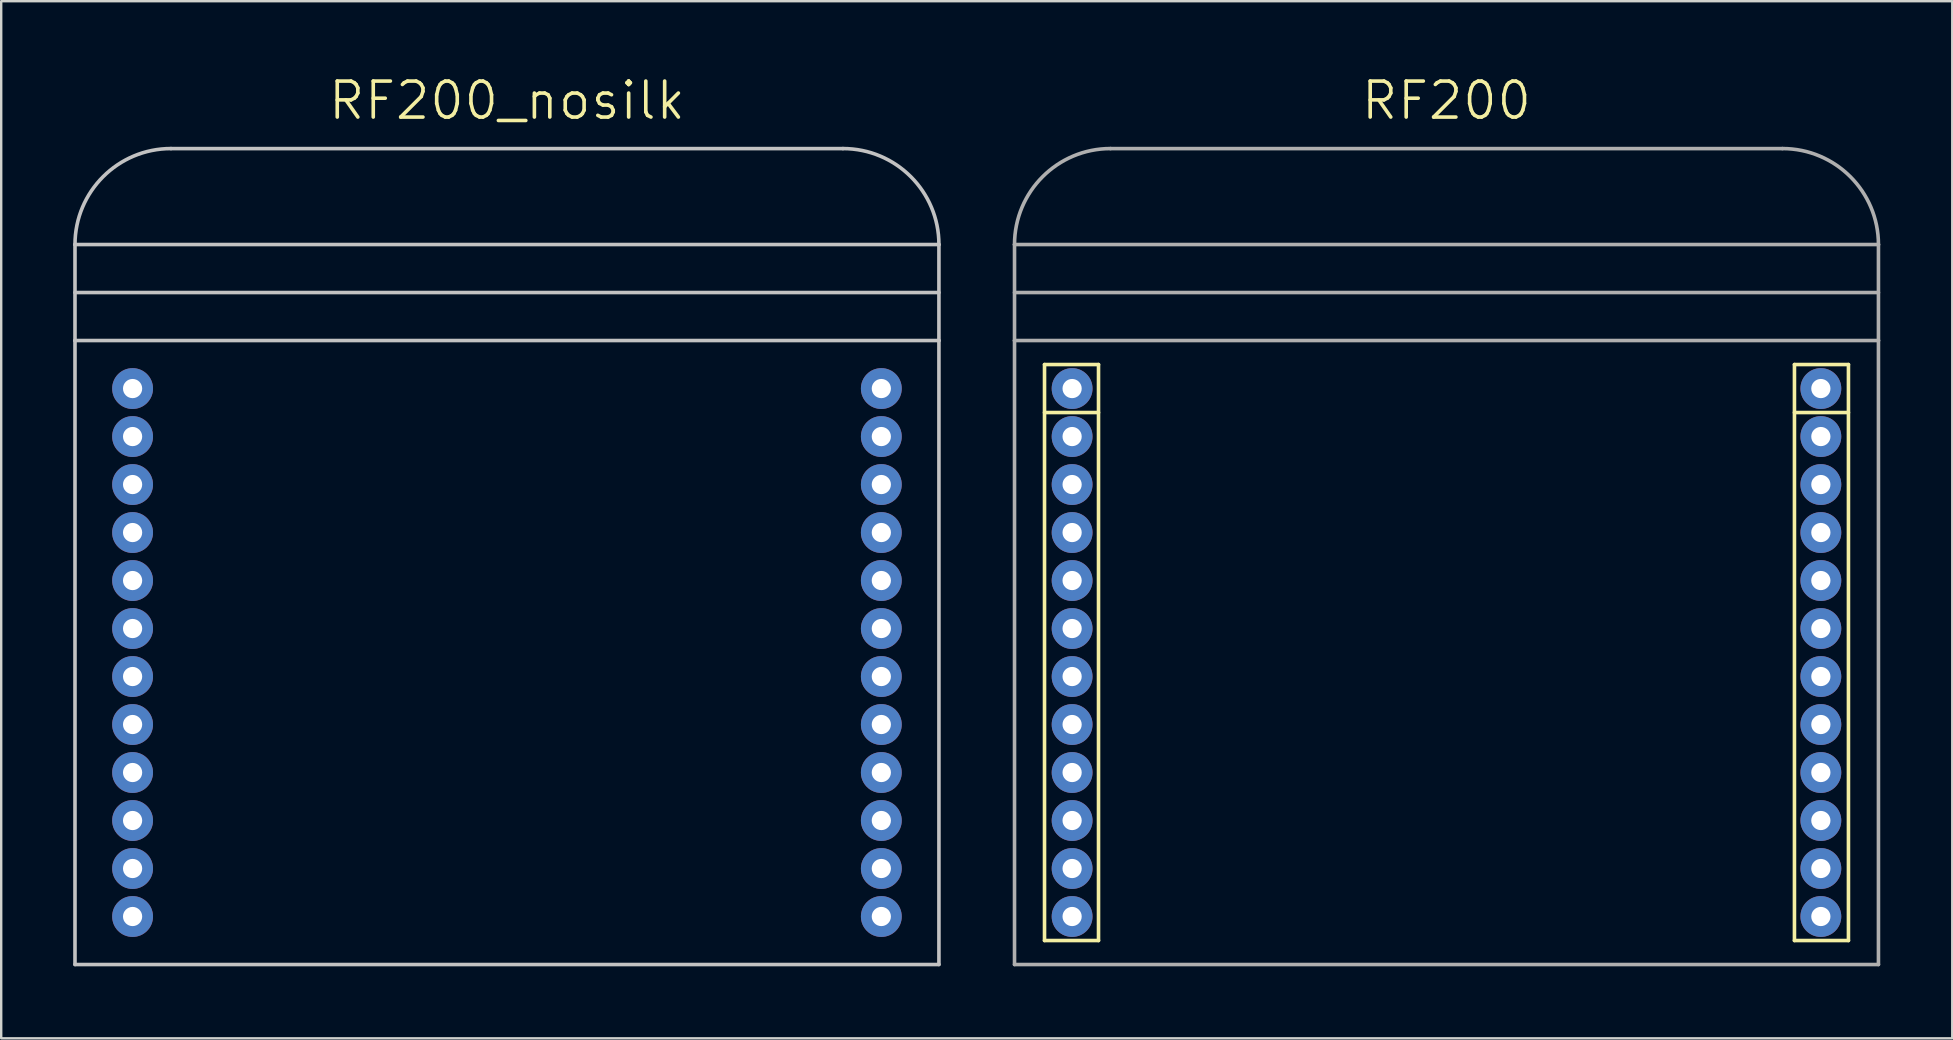
<source format=kicad_pcb>
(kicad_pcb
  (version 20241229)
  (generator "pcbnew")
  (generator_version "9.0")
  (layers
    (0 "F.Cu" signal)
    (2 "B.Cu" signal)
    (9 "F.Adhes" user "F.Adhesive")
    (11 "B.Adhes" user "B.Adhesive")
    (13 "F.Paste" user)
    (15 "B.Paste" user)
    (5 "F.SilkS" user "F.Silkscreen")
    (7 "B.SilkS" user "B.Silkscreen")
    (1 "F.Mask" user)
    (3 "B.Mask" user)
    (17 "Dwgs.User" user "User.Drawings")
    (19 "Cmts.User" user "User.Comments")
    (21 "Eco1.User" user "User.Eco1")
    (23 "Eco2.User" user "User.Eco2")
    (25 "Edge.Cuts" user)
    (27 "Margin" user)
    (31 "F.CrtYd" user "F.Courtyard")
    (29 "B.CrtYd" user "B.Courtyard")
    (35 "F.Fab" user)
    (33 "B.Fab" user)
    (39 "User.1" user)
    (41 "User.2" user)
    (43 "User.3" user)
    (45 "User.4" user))
  (footprint "RF200"
    (layer "F.Cu")
    (at 57.225 24.141)
    (property "Reference" "RF200" (at -0.000001 -23 0) (layer "F.SilkS") (effects (font (size 1.5 1.5) (thickness 0.15))))
    (attr through_hole)
    (fp_line (start -16.75 -12) (end -14.5 -12) (stroke (width 0.15) (type solid)) (layer "F.SilkS"))
    (fp_line (start -16.75 -10) (end -14.5 -10) (stroke (width 0.15) (type solid)) (layer "F.SilkS"))
    (fp_line (start -16.75 12) (end -16.75 -12) (stroke (width 0.15) (type solid)) (layer "F.SilkS"))
    (fp_line (start -14.5 -12) (end -14.5 12) (stroke (width 0.15) (type solid)) (layer "F.SilkS"))
    (fp_line (start -14.5 12) (end -16.75 12) (stroke (width 0.15) (type solid)) (layer "F.SilkS"))
    (fp_line (start 14.5 -12) (end 16.75 -12) (stroke (width 0.15) (type solid)) (layer "F.SilkS"))
    (fp_line (start 14.5 -10) (end 16.75 -10) (stroke (width 0.15) (type solid)) (layer "F.SilkS"))
    (fp_line (start 14.5 12) (end 14.5 -12) (stroke (width 0.15) (type solid)) (layer "F.SilkS"))
    (fp_line (start 16.75 -12) (end 16.75 12) (stroke (width 0.15) (type solid)) (layer "F.SilkS"))
    (fp_line (start 16.75 12) (end 14.5 12) (stroke (width 0.15) (type solid)) (layer "F.SilkS"))
    (fp_line (start -18 -15) (end 18 -15) (stroke (width 0.15) (type solid)) (layer "F.Fab"))
    (fp_line (start -18 -13) (end -18 13) (stroke (width 0.15) (type solid)) (layer "F.Fab"))
    (fp_line (start -18 13) (end 18 13) (stroke (width 0.15) (type solid)) (layer "F.Fab"))
    (fp_line (start -18 -17) (end -18 -13) (stroke (width 0.15) (type solid)) (layer "F.Fab"))
    (fp_line (start -14 -21) (end 14 -21) (stroke (width 0.15) (type solid)) (layer "F.Fab"))
    (fp_line (start 18 -17) (end -18 -17) (stroke (width 0.15) (type solid)) (layer "F.Fab"))
    (fp_line (start 18 -13) (end -18 -13) (stroke (width 0.15) (type solid)) (layer "F.Fab"))
    (fp_line (start 18 13) (end 18 -13) (stroke (width 0.15) (type solid)) (layer "F.Fab"))
    (fp_line (start 18 -17) (end 18 -13) (stroke (width 0.15) (type solid)) (layer "F.Fab"))
    (fp_arc (start -18.000001 -17) (mid -16.828428 -19.828427) (end -14.000001 -21) (stroke (width 0.15) (type solid)) (layer "F.Fab"))
    (fp_arc (start 13.999999 -21) (mid 16.828426 -19.828427) (end 17.999999 -17) (stroke (width 0.15) (type solid)) (layer "F.Fab"))
    (pad "1" thru_hole circle (at -15.6 -11) (size 1.702 1.702) (drill 0.8) (layers "*.Cu" "*.Mask"))
    (pad "2" thru_hole circle (at -15.6 -9) (size 1.702 1.702) (drill 0.8) (layers "*.Cu" "*.Mask"))
    (pad "3" thru_hole circle (at -15.6 -7) (size 1.702 1.702) (drill 0.8) (layers "*.Cu" "*.Mask"))
    (pad "4" thru_hole circle (at -15.6 -5) (size 1.702 1.702) (drill 0.8) (layers "*.Cu" "*.Mask"))
    (pad "5" thru_hole circle (at -15.6 -3) (size 1.702 1.702) (drill 0.8) (layers "*.Cu" "*.Mask"))
    (pad "6" thru_hole circle (at -15.6 -1) (size 1.702 1.702) (drill 0.8) (layers "*.Cu" "*.Mask"))
    (pad "7" thru_hole circle (at -15.6 1) (size 1.702 1.702) (drill 0.8) (layers "*.Cu" "*.Mask"))
    (pad "8" thru_hole circle (at -15.6 3) (size 1.702 1.702) (drill 0.8) (layers "*.Cu" "*.Mask"))
    (pad "9" thru_hole circle (at -15.6 5) (size 1.702 1.702) (drill 0.8) (layers "*.Cu" "*.Mask"))
    (pad "10" thru_hole circle (at -15.6 7) (size 1.702 1.702) (drill 0.8) (layers "*.Cu" "*.Mask"))
    (pad "11" thru_hole circle (at -15.6 9) (size 1.702 1.702) (drill 0.8) (layers "*.Cu" "*.Mask"))
    (pad "12" thru_hole circle (at -15.6 11) (size 1.702 1.702) (drill 0.8) (layers "*.Cu" "*.Mask"))
    (pad "13" thru_hole circle (at 15.6 11) (size 1.702 1.702) (drill 0.8) (layers "*.Cu" "*.Mask"))
    (pad "14" thru_hole circle (at 15.6 9) (size 1.702 1.702) (drill 0.8) (layers "*.Cu" "*.Mask"))
    (pad "15" thru_hole circle (at 15.6 7) (size 1.702 1.702) (drill 0.8) (layers "*.Cu" "*.Mask"))
    (pad "16" thru_hole circle (at 15.6 5) (size 1.702 1.702) (drill 0.8) (layers "*.Cu" "*.Mask"))
    (pad "17" thru_hole circle (at 15.6 3) (size 1.702 1.702) (drill 0.8) (layers "*.Cu" "*.Mask"))
    (pad "18" thru_hole circle (at 15.6 1) (size 1.702 1.702) (drill 0.8) (layers "*.Cu" "*.Mask"))
    (pad "19" thru_hole circle (at 15.6 -1) (size 1.702 1.702) (drill 0.8) (layers "*.Cu" "*.Mask"))
    (pad "20" thru_hole circle (at 15.6 -3) (size 1.702 1.702) (drill 0.8) (layers "*.Cu" "*.Mask"))
    (pad "21" thru_hole circle (at 15.6 -5) (size 1.702 1.702) (drill 0.8) (layers "*.Cu" "*.Mask"))
    (pad "22" thru_hole circle (at 15.6 -7) (size 1.702 1.702) (drill 0.8) (layers "*.Cu" "*.Mask"))
    (pad "23" thru_hole circle (at 15.6 -9) (size 1.702 1.702) (drill 0.8) (layers "*.Cu" "*.Mask"))
    (pad "24" thru_hole circle (at 15.6 -11) (size 1.702 1.702) (drill 0.8) (layers "*.Cu" "*.Mask")))
  (footprint "RF200_nosilk"
    (layer "F.Cu")
    (at 18.075 24.141)
    (property "Reference" "RF200_nosilk" (at -0.000001 -23 0) (layer "F.SilkS") (effects (font (size 1.5 1.5) (thickness 0.15))))
    (attr through_hole)
    (fp_line (start -18 -15) (end 18 -15) (stroke (width 0.15) (type solid)) (layer "Dwgs.User"))
    (fp_line (start -18 -13) (end -18 -17) (stroke (width 0.15) (type solid)) (layer "Dwgs.User"))
    (fp_line (start -18 -13) (end -18 13) (stroke (width 0.15) (type solid)) (layer "Dwgs.User"))
    (fp_line (start -18 13) (end 18 13) (stroke (width 0.15) (type solid)) (layer "Dwgs.User"))
    (fp_line (start -14 -21) (end 14 -21) (stroke (width 0.15) (type solid)) (layer "Dwgs.User"))
    (fp_line (start 18 -17) (end -18 -17) (stroke (width 0.15) (type solid)) (layer "Dwgs.User"))
    (fp_line (start 18 -13) (end -18 -13) (stroke (width 0.15) (type solid)) (layer "Dwgs.User"))
    (fp_line (start 18 -13) (end 18 -17) (stroke (width 0.15) (type solid)) (layer "Dwgs.User"))
    (fp_line (start 18 13) (end 18 -13) (stroke (width 0.15) (type solid)) (layer "Dwgs.User"))
    (fp_arc (start -18.000001 -17) (mid -16.828428 -19.828427) (end -14.000001 -21) (stroke (width 0.15) (type solid)) (layer "Dwgs.User"))
    (fp_arc (start 13.999999 -21) (mid 16.828426 -19.828427) (end 17.999999 -17) (stroke (width 0.15) (type solid)) (layer "Dwgs.User"))
    (pad "1" thru_hole circle (at -15.6 -11) (size 1.702 1.702) (drill 0.8) (layers "*.Cu" "*.Mask"))
    (pad "2" thru_hole circle (at -15.6 -9) (size 1.702 1.702) (drill 0.8) (layers "*.Cu" "*.Mask"))
    (pad "3" thru_hole circle (at -15.6 -7) (size 1.702 1.702) (drill 0.8) (layers "*.Cu" "*.Mask"))
    (pad "4" thru_hole circle (at -15.6 -5) (size 1.702 1.702) (drill 0.8) (layers "*.Cu" "*.Mask"))
    (pad "5" thru_hole circle (at -15.6 -3) (size 1.702 1.702) (drill 0.8) (layers "*.Cu" "*.Mask"))
    (pad "6" thru_hole circle (at -15.6 -1) (size 1.702 1.702) (drill 0.8) (layers "*.Cu" "*.Mask"))
    (pad "7" thru_hole circle (at -15.6 1) (size 1.702 1.702) (drill 0.8) (layers "*.Cu" "*.Mask"))
    (pad "8" thru_hole circle (at -15.6 3) (size 1.702 1.702) (drill 0.8) (layers "*.Cu" "*.Mask"))
    (pad "9" thru_hole circle (at -15.6 5) (size 1.702 1.702) (drill 0.8) (layers "*.Cu" "*.Mask"))
    (pad "10" thru_hole circle (at -15.6 7) (size 1.702 1.702) (drill 0.8) (layers "*.Cu" "*.Mask"))
    (pad "11" thru_hole circle (at -15.6 9) (size 1.702 1.702) (drill 0.8) (layers "*.Cu" "*.Mask"))
    (pad "12" thru_hole circle (at -15.6 11) (size 1.702 1.702) (drill 0.8) (layers "*.Cu" "*.Mask"))
    (pad "13" thru_hole circle (at 15.6 11) (size 1.702 1.702) (drill 0.8) (layers "*.Cu" "*.Mask"))
    (pad "14" thru_hole circle (at 15.6 9) (size 1.702 1.702) (drill 0.8) (layers "*.Cu" "*.Mask"))
    (pad "15" thru_hole circle (at 15.6 7) (size 1.702 1.702) (drill 0.8) (layers "*.Cu" "*.Mask"))
    (pad "16" thru_hole circle (at 15.6 5) (size 1.702 1.702) (drill 0.8) (layers "*.Cu" "*.Mask"))
    (pad "17" thru_hole circle (at 15.6 3) (size 1.702 1.702) (drill 0.8) (layers "*.Cu" "*.Mask"))
    (pad "18" thru_hole circle (at 15.6 1) (size 1.702 1.702) (drill 0.8) (layers "*.Cu" "*.Mask"))
    (pad "19" thru_hole circle (at 15.6 -1) (size 1.702 1.702) (drill 0.8) (layers "*.Cu" "*.Mask"))
    (pad "20" thru_hole circle (at 15.6 -3) (size 1.702 1.702) (drill 0.8) (layers "*.Cu" "*.Mask"))
    (pad "21" thru_hole circle (at 15.6 -5) (size 1.702 1.702) (drill 0.8) (layers "*.Cu" "*.Mask"))
    (pad "22" thru_hole circle (at 15.6 -7) (size 1.702 1.702) (drill 0.8) (layers "*.Cu" "*.Mask"))
    (pad "23" thru_hole circle (at 15.6 -9) (size 1.702 1.702) (drill 0.8) (layers "*.Cu" "*.Mask"))
    (pad "24" thru_hole circle (at 15.6 -11) (size 1.702 1.702) (drill 0.8) (layers "*.Cu" "*.Mask")))
  (gr_rect
    (start -3 -3)
    (end 78.3 40.216)
    (stroke (width 0.1) (type default))
    (fill no)
    (layer "Edge.Cuts")))
</source>
